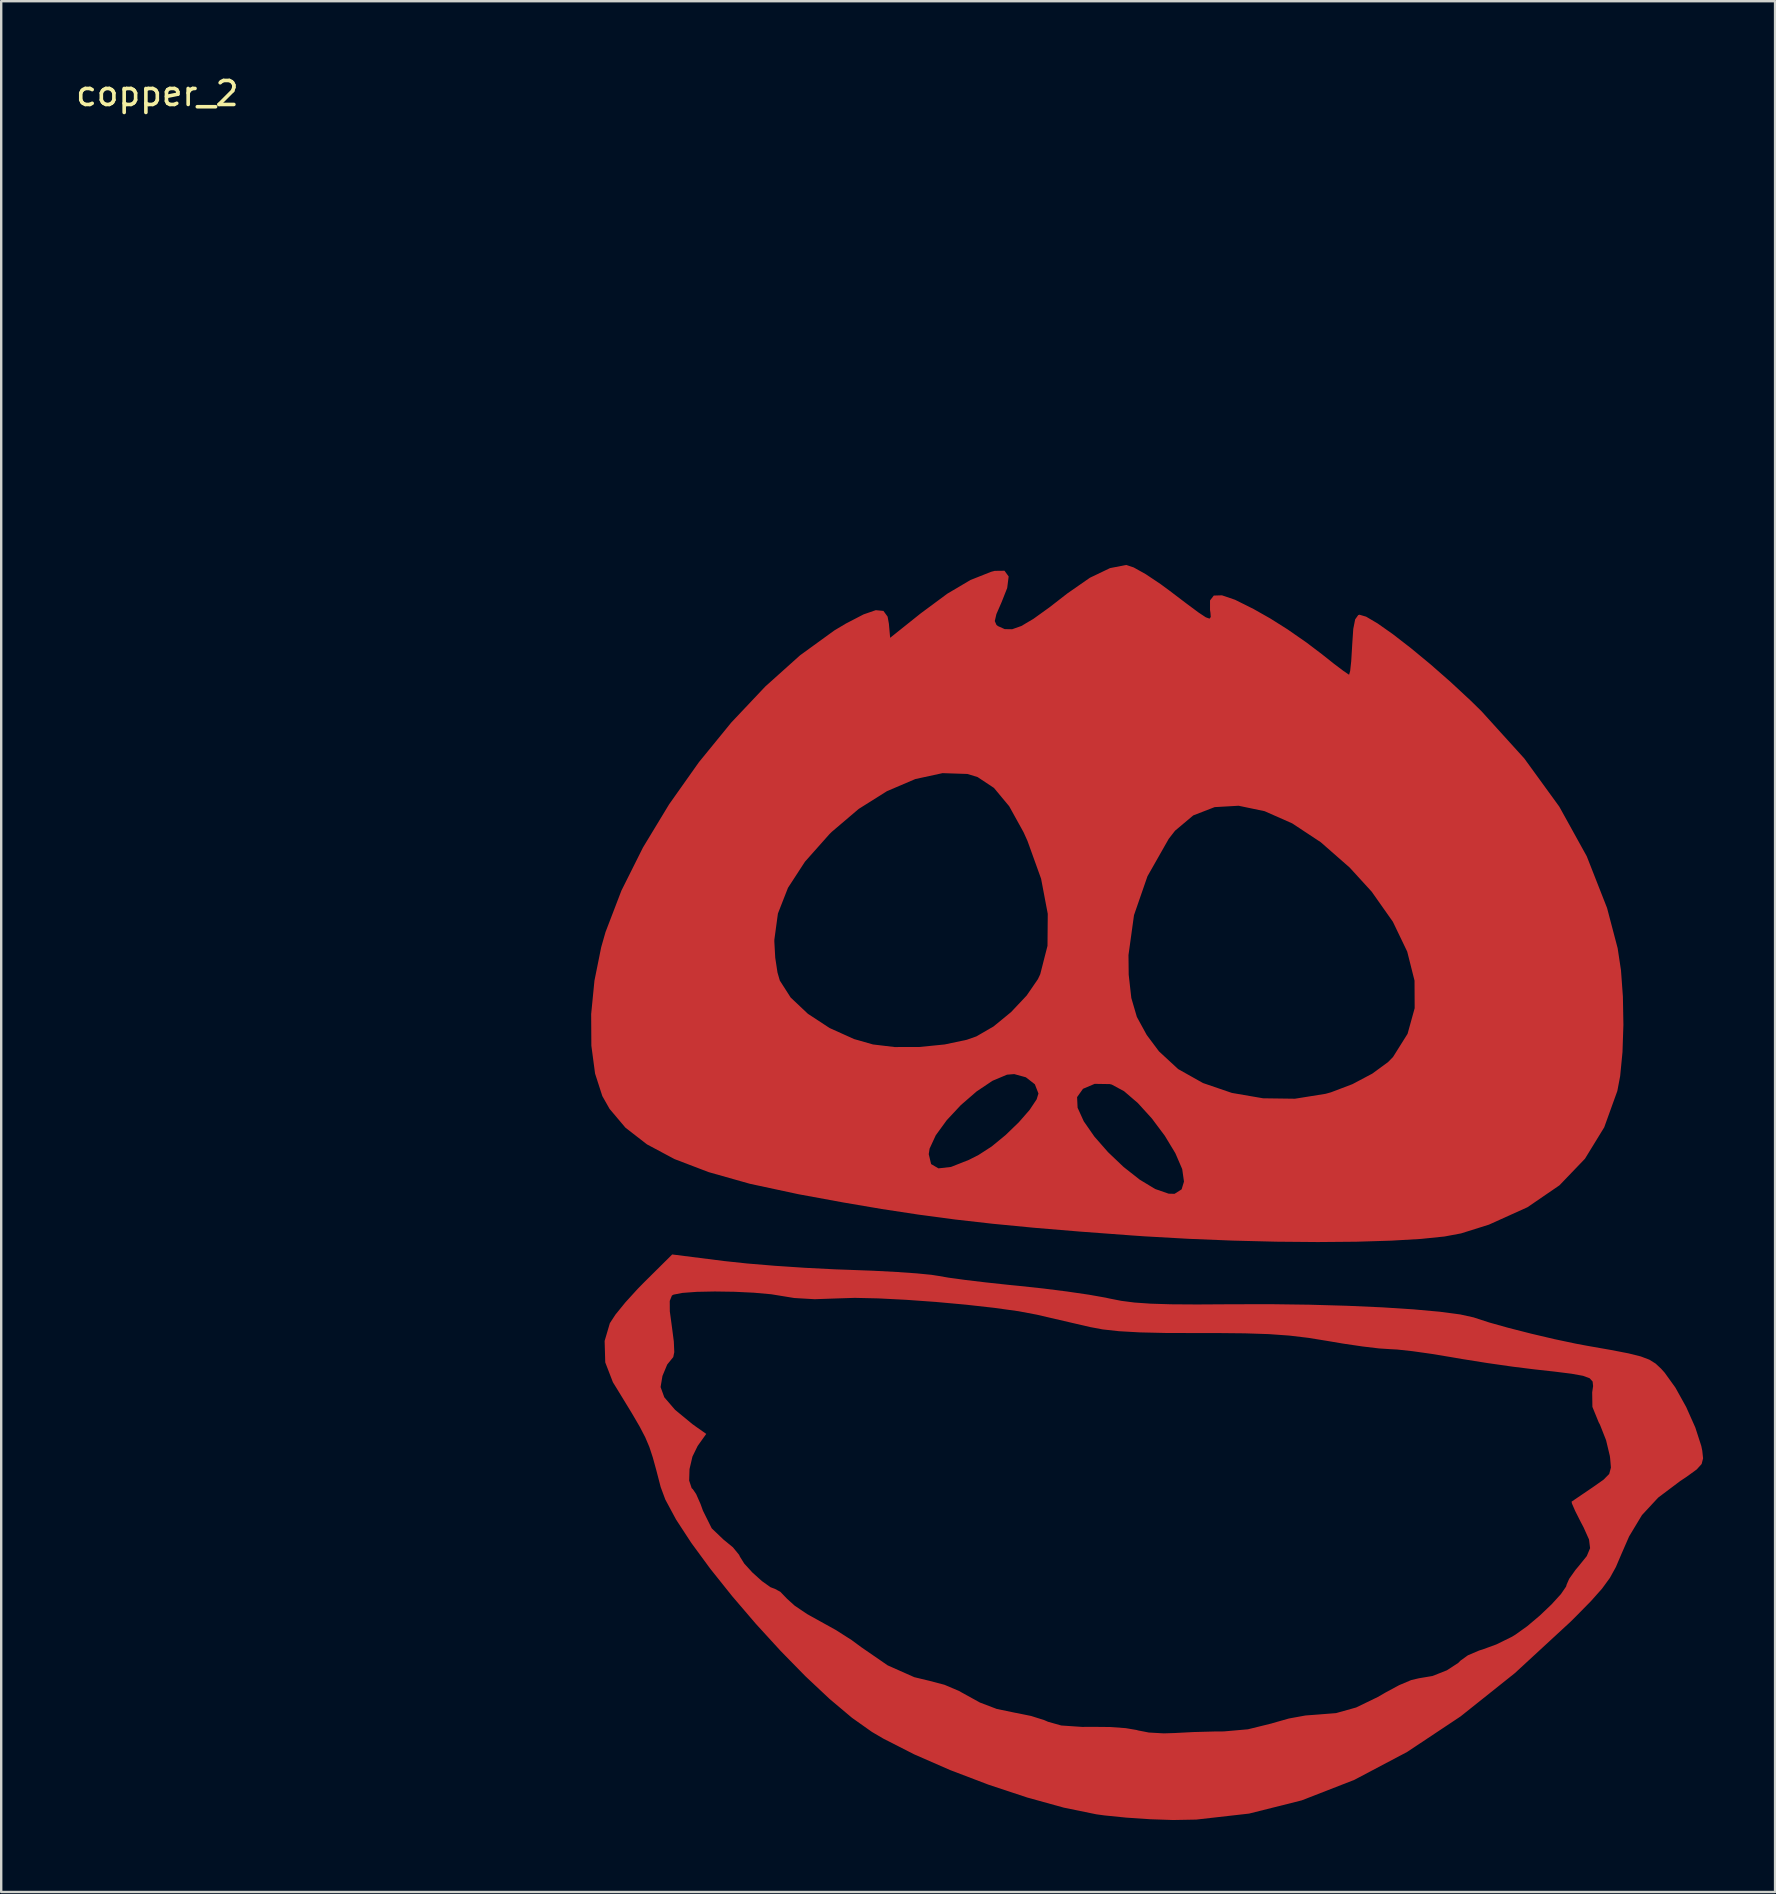
<source format=kicad_pcb>
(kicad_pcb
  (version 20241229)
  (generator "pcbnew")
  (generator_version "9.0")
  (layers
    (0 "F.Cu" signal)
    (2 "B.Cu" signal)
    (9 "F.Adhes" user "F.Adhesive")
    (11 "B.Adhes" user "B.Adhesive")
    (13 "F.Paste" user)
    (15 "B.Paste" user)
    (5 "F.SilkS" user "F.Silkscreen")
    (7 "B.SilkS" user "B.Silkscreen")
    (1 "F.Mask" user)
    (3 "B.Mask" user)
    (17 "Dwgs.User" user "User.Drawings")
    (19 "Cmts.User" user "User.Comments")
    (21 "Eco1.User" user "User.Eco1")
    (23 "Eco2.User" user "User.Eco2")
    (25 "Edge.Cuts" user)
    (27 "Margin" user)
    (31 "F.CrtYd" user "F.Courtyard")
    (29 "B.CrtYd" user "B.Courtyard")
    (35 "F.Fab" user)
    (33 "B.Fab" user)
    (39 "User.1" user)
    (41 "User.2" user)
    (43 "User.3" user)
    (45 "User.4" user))
  (footprint "copper_2"
    (layer "F.Cu")
    (at 3.506 1.348)
    (property "Reference" "copper_2" (at 0 -0.5 0) (unlocked yes) (layer "F.SilkS") (effects (font (size 1 1) (thickness 0.15))))
    (attr smd)
    (fp_poly (pts (xy 40.689 19.249) (xy 41.189 19.528) (xy 41.81 19.943) (xy 42.178 20.214) (xy 42.9 20.762) (xy 43.392 21.127) (xy 43.695 21.328) (xy 43.852 21.384) (xy 43.903 21.316) (xy 43.89 21.142) (xy 43.872 21.021) (xy 43.872 20.626) (xy 44.03 20.422) (xy 44.37 20.412) (xy 44.916 20.598) (xy 45.691 20.985) (xy 46.379 21.374) (xy 47.099 21.828) (xy 47.894 22.38) (xy 48.539 22.869) (xy 49.039 23.266) (xy 49.432 23.563) (xy 49.65 23.711) (xy 49.669 23.719) (xy 49.713 23.564) (xy 49.757 23.154) (xy 49.792 22.574) (xy 49.796 22.493) (xy 49.842 21.813) (xy 49.921 21.414) (xy 50.047 21.238) (xy 50.099 21.22) (xy 50.378 21.302) (xy 50.857 21.584) (xy 51.493 22.032) (xy 52.241 22.611) (xy 53.059 23.287) (xy 53.901 24.026) (xy 54.726 24.792) (xy 55.186 25.243) (xy 56.97 27.211) (xy 58.428 29.219) (xy 59.573 31.288) (xy 60.418 33.44) (xy 60.86 35.118) (xy 60.999 36.037) (xy 61.079 37.136) (xy 61.1 38.309) (xy 61.062 39.449) (xy 60.965 40.447) (xy 60.847 41.069) (xy 60.3 42.585) (xy 59.498 43.893) (xy 58.435 45.001) (xy 57.102 45.914) (xy 55.492 46.641) (xy 54.333 47.005) (xy 53.642 47.134) (xy 52.657 47.235) (xy 51.421 47.307) (xy 49.976 47.351) (xy 48.366 47.365) (xy 46.634 47.35) (xy 44.823 47.305) (xy 42.976 47.23) (xy 41.135 47.126) (xy 40.617 47.09) (xy 38.44 46.928) (xy 36.533 46.769) (xy 34.824 46.604) (xy 33.245 46.425) (xy 31.726 46.222) (xy 30.197 45.989) (xy 28.588 45.715) (xy 26.83 45.392) (xy 26.731 45.374) (xy 24.697 44.937) (xy 22.978 44.451) (xy 21.554 43.907) (xy 21.17 43.702) (xy 32.15 43.702) (xy 32.249 44.116) (xy 32.554 44.294) (xy 33.076 44.235) (xy 33.825 43.939) (xy 34.226 43.735) (xy 34.772 43.382) (xy 35.352 42.906) (xy 35.902 42.375) (xy 36.355 41.856) (xy 36.648 41.415) (xy 36.675 41.325) (xy 38.332 41.325) (xy 38.353 41.767) (xy 38.61 42.332) (xy 39.051 42.967) (xy 39.622 43.619) (xy 40.27 44.236) (xy 40.943 44.765) (xy 41.586 45.154) (xy 42.147 45.349) (xy 42.395 45.355) (xy 42.689 45.168) (xy 42.787 44.844) (xy 42.713 44.324) (xy 42.428 43.664) (xy 41.989 42.938) (xy 41.449 42.216) (xy 40.864 41.572) (xy 40.288 41.077) (xy 39.776 40.802) (xy 39.693 40.782) (xy 39.065 40.772) (xy 38.579 40.978) (xy 38.332 41.325) (xy 36.675 41.325) (xy 36.722 41.174) (xy 36.572 40.79) (xy 36.197 40.498) (xy 35.71 40.365) (xy 35.411 40.39) (xy 34.809 40.643) (xy 34.146 41.087) (xy 33.488 41.657) (xy 32.899 42.288) (xy 32.443 42.915) (xy 32.185 43.472) (xy 32.15 43.702) (xy 21.17 43.702) (xy 20.405 43.293) (xy 19.51 42.599) (xy 18.848 41.815) (xy 18.546 41.281) (xy 18.244 40.345) (xy 18.089 39.18) (xy 18.081 37.864) (xy 18.218 36.471) (xy 18.499 35.078) (xy 18.566 34.843) (xy 25.715 34.843) (xy 25.752 35.514) (xy 25.846 36.131) (xy 25.943 36.467) (xy 26.396 37.175) (xy 27.113 37.852) (xy 28.019 38.446) (xy 29.04 38.906) (xy 29.825 39.13) (xy 30.728 39.238) (xy 31.768 39.235) (xy 32.815 39.13) (xy 33.735 38.935) (xy 34.138 38.793) (xy 34.852 38.379) (xy 35.582 37.78) (xy 36.23 37.092) (xy 36.698 36.411) (xy 36.796 36.204) (xy 37 35.405) (xy 40.474 35.405) (xy 40.483 36.224) (xy 40.592 37.193) (xy 40.824 37.985) (xy 41.233 38.733) (xy 41.743 39.416) (xy 42.542 40.155) (xy 43.579 40.738) (xy 44.783 41.15) (xy 46.084 41.374) (xy 47.41 41.392) (xy 48.689 41.187) (xy 48.914 41.124) (xy 49.808 40.784) (xy 50.636 40.345) (xy 51.288 39.868) (xy 51.5 39.651) (xy 52.105 38.687) (xy 52.401 37.619) (xy 52.395 36.469) (xy 52.09 35.26) (xy 51.493 34.017) (xy 50.609 32.762) (xy 49.694 31.76) (xy 48.487 30.702) (xy 47.298 29.917) (xy 46.149 29.409) (xy 45.064 29.182) (xy 44.065 29.239) (xy 43.174 29.584) (xy 42.415 30.222) (xy 42.15 30.563) (xy 41.265 32.121) (xy 40.704 33.741) (xy 40.474 35.405) (xy 37 35.405) (xy 37.099 35.02) (xy 37.11 33.687) (xy 36.832 32.224) (xy 36.265 30.648) (xy 36.101 30.285) (xy 35.502 29.202) (xy 34.868 28.44) (xy 34.184 27.986) (xy 33.761 27.857) (xy 32.725 27.823) (xy 31.589 28.07) (xy 30.407 28.575) (xy 29.23 29.315) (xy 28.109 30.269) (xy 28.007 30.37) (xy 26.991 31.514) (xy 26.283 32.603) (xy 25.864 33.674) (xy 25.716 34.761) (xy 25.715 34.843) (xy 18.566 34.843) (xy 18.679 34.447) (xy 19.343 32.715) (xy 20.24 30.922) (xy 21.33 29.122) (xy 22.571 27.367) (xy 23.922 25.712) (xy 25.34 24.21) (xy 26.785 22.914) (xy 28.214 21.877) (xy 28.695 21.59) (xy 29.433 21.207) (xy 29.942 21.031) (xy 30.262 21.062) (xy 30.435 21.3) (xy 30.489 21.596) (xy 30.541 22.183) (xy 31.811 21.168) (xy 32.924 20.344) (xy 33.888 19.774) (xy 34.747 19.433) (xy 34.9 19.393) (xy 35.307 19.388) (xy 35.48 19.627) (xy 35.419 20.108) (xy 35.187 20.695) (xy 34.969 21.196) (xy 34.902 21.485) (xy 34.973 21.648) (xy 35.037 21.696) (xy 35.316 21.821) (xy 35.625 21.826) (xy 36.008 21.691) (xy 36.512 21.393) (xy 37.184 20.91) (xy 37.923 20.336) (xy 38.866 19.68) (xy 39.705 19.278) (xy 40.379 19.147)) (stroke (width 0) (type solid)) (fill yes) (layer "F.Cu"))
    (fp_poly (pts (xy 23.629 48.157) (xy 24.576 48.258) (xy 25.741 48.355) (xy 27.005 48.439) (xy 28.247 48.502) (xy 28.812 48.522) (xy 29.846 48.561) (xy 30.815 48.612) (xy 31.645 48.67) (xy 32.265 48.731) (xy 32.553 48.776) (xy 32.98 48.85) (xy 33.663 48.943) (xy 34.522 49.046) (xy 35.476 49.149) (xy 35.891 49.19) (xy 36.912 49.299) (xy 37.922 49.427) (xy 38.823 49.559) (xy 39.518 49.682) (xy 39.685 49.719) (xy 40.173 49.815) (xy 40.725 49.886) (xy 41.398 49.933) (xy 42.245 49.959) (xy 43.321 49.966) (xy 44.681 49.958) (xy 46.363 49.954) (xy 48.014 49.976) (xy 49.591 50.021) (xy 51.05 50.086) (xy 52.35 50.17) (xy 53.447 50.269) (xy 54.299 50.382) (xy 54.862 50.506) (xy 54.925 50.528) (xy 55.505 50.716) (xy 56.315 50.943) (xy 57.256 51.183) (xy 58.225 51.411) (xy 59.122 51.601) (xy 59.582 51.687) (xy 60.584 51.863) (xy 61.312 52.004) (xy 61.824 52.132) (xy 62.181 52.267) (xy 62.443 52.43) (xy 62.668 52.64) (xy 62.816 52.804) (xy 63.267 53.431) (xy 63.716 54.239) (xy 64.097 55.094) (xy 64.346 55.863) (xy 64.387 56.062) (xy 64.421 56.378) (xy 64.361 56.614) (xy 64.154 56.843) (xy 63.742 57.142) (xy 63.458 57.332) (xy 62.55 58.015) (xy 61.872 58.746) (xy 61.338 59.633) (xy 61.009 60.387) (xy 60.786 60.91) (xy 60.537 61.361) (xy 60.21 61.809) (xy 59.751 62.326) (xy 59.108 62.98) (xy 58.888 63.198) (xy 56.578 65.329) (xy 54.316 67.133) (xy 52.088 68.615) (xy 49.884 69.78) (xy 47.692 70.634) (xy 45.501 71.184) (xy 43.298 71.434) (xy 42.337 71.452) (xy 41.389 71.42) (xy 40.378 71.352) (xy 39.468 71.26) (xy 39.133 71.214) (xy 37.782 70.937) (xy 36.253 70.514) (xy 34.641 69.98) (xy 33.041 69.37) (xy 31.547 68.717) (xy 30.254 68.058) (xy 29.781 67.78) (xy 28.952 67.193) (xy 28.017 66.406) (xy 27.013 65.463) (xy 25.978 64.406) (xy 24.947 63.279) (xy 23.959 62.125) (xy 23.05 60.987) (xy 22.257 59.907) (xy 21.619 58.93) (xy 21.171 58.096) (xy 20.979 57.578) (xy 20.796 56.874) (xy 20.649 56.34) (xy 20.506 55.905) (xy 20.334 55.501) (xy 20.103 55.057) (xy 19.781 54.505) (xy 19.335 53.774) (xy 19.111 53.408) (xy 20.974 53.408) (xy 21.129 53.835) (xy 21.58 54.359) (xy 22.306 54.957) (xy 22.493 55.091) (xy 22.877 55.36) (xy 22.518 55.864) (xy 22.302 56.306) (xy 22.18 56.826) (xy 22.165 57.305) (xy 22.27 57.623) (xy 22.316 57.662) (xy 22.456 57.868) (xy 22.64 58.284) (xy 22.74 58.561) (xy 23.105 59.296) (xy 23.594 59.763) (xy 23.989 60.087) (xy 24.247 60.402) (xy 24.278 60.472) (xy 24.461 60.765) (xy 24.8 61.137) (xy 25.198 61.495) (xy 25.556 61.75) (xy 25.739 61.819) (xy 25.963 61.94) (xy 26.244 62.231) (xy 26.564 62.52) (xy 27.076 62.866) (xy 27.603 63.159) (xy 28.273 63.53) (xy 28.937 63.953) (xy 29.335 64.247) (xy 30.438 65.007) (xy 31.547 65.499) (xy 32.177 65.651) (xy 32.806 65.816) (xy 33.412 66.074) (xy 33.505 66.127) (xy 34.285 66.557) (xy 34.981 66.822) (xy 35.76 66.984) (xy 35.811 66.992) (xy 36.416 67.116) (xy 36.962 67.288) (xy 37.119 67.357) (xy 37.675 67.513) (xy 38.542 67.572) (xy 38.982 67.569) (xy 39.704 67.576) (xy 40.357 67.623) (xy 40.817 67.701) (xy 40.871 67.718) (xy 41.323 67.806) (xy 41.947 67.841) (xy 42.395 67.827) (xy 43.18 67.786) (xy 44.041 67.763) (xy 44.445 67.76) (xy 45.453 67.671) (xy 46.446 67.426) (xy 46.471 67.417) (xy 47.156 67.222) (xy 47.854 67.095) (xy 48.231 67.067) (xy 49.123 66.997) (xy 49.962 66.762) (xy 50.867 66.324) (xy 51.185 66.139) (xy 51.752 65.833) (xy 52.261 65.618) (xy 52.581 65.544) (xy 53.143 65.45) (xy 53.743 65.213) (xy 54.218 64.904) (xy 54.31 64.81) (xy 54.618 64.588) (xy 55.092 64.386) (xy 55.223 64.347) (xy 55.806 64.134) (xy 56.431 63.827) (xy 56.6 63.726) (xy 57.091 63.375) (xy 57.616 62.932) (xy 58.107 62.464) (xy 58.495 62.038) (xy 58.712 61.722) (xy 58.735 61.638) (xy 58.84 61.4) (xy 59.102 61.03) (xy 59.243 60.862) (xy 59.573 60.453) (xy 59.712 60.123) (xy 59.667 59.761) (xy 59.441 59.257) (xy 59.321 59.029) (xy 59.092 58.576) (xy 58.957 58.267) (xy 58.94 58.184) (xy 59.096 58.078) (xy 59.448 57.839) (xy 59.814 57.591) (xy 60.272 57.269) (xy 60.508 57.03) (xy 60.58 56.766) (xy 60.547 56.371) (xy 60.534 56.276) (xy 60.378 55.624) (xy 60.125 54.981) (xy 60.067 54.871) (xy 59.808 54.234) (xy 59.799 53.629) (xy 59.837 53.367) (xy 59.817 53.178) (xy 59.693 53.041) (xy 59.416 52.939) (xy 58.939 52.853) (xy 58.213 52.762) (xy 57.381 52.67) (xy 56.481 52.558) (xy 55.421 52.406) (xy 54.373 52.239) (xy 53.922 52.161) (xy 53.088 52.023) (xy 52.302 51.912) (xy 51.669 51.844) (xy 51.369 51.828) (xy 50.912 51.798) (xy 50.225 51.716) (xy 49.411 51.596) (xy 48.769 51.487) (xy 47.968 51.357) (xy 47.178 51.263) (xy 46.323 51.202) (xy 45.322 51.169) (xy 44.098 51.157) (xy 43.439 51.158) (xy 42.052 51.155) (xy 40.951 51.13) (xy 40.084 51.081) (xy 39.4 51.006) (xy 38.872 50.907) (xy 38.067 50.72) (xy 37.193 50.517) (xy 36.661 50.393) (xy 35.887 50.247) (xy 34.872 50.106) (xy 33.699 49.975) (xy 32.449 49.861) (xy 31.205 49.772) (xy 30.05 49.713) (xy 29.065 49.691) (xy 28.34 49.714) (xy 27.394 49.747) (xy 26.543 49.697) (xy 26.145 49.632) (xy 25.585 49.541) (xy 24.86 49.476) (xy 24.05 49.437) (xy 23.233 49.425) (xy 22.486 49.44) (xy 21.888 49.484) (xy 21.516 49.556) (xy 21.447 49.594) (xy 21.356 49.819) (xy 21.359 50.254) (xy 21.45 50.925) (xy 21.526 51.51) (xy 21.545 51.953) (xy 21.503 52.159) (xy 21.501 52.161) (xy 21.251 52.468) (xy 21.052 52.945) (xy 20.974 53.408) (xy 19.111 53.408) (xy 18.987 53.207) (xy 18.668 52.38) (xy 18.642 51.486) (xy 18.86 50.746) (xy 19.093 50.389) (xy 19.503 49.884) (xy 20.019 49.317) (xy 20.287 49.044) (xy 21.458 47.882)) (stroke (width 0) (type solid)) (fill yes) (layer "F.Cu")))
  (gr_rect
    (start -3 -3)
    (end 70.927 75.8)
    (stroke (width 0.1) (type default))
    (fill no)
    (layer "Edge.Cuts")))
</source>
